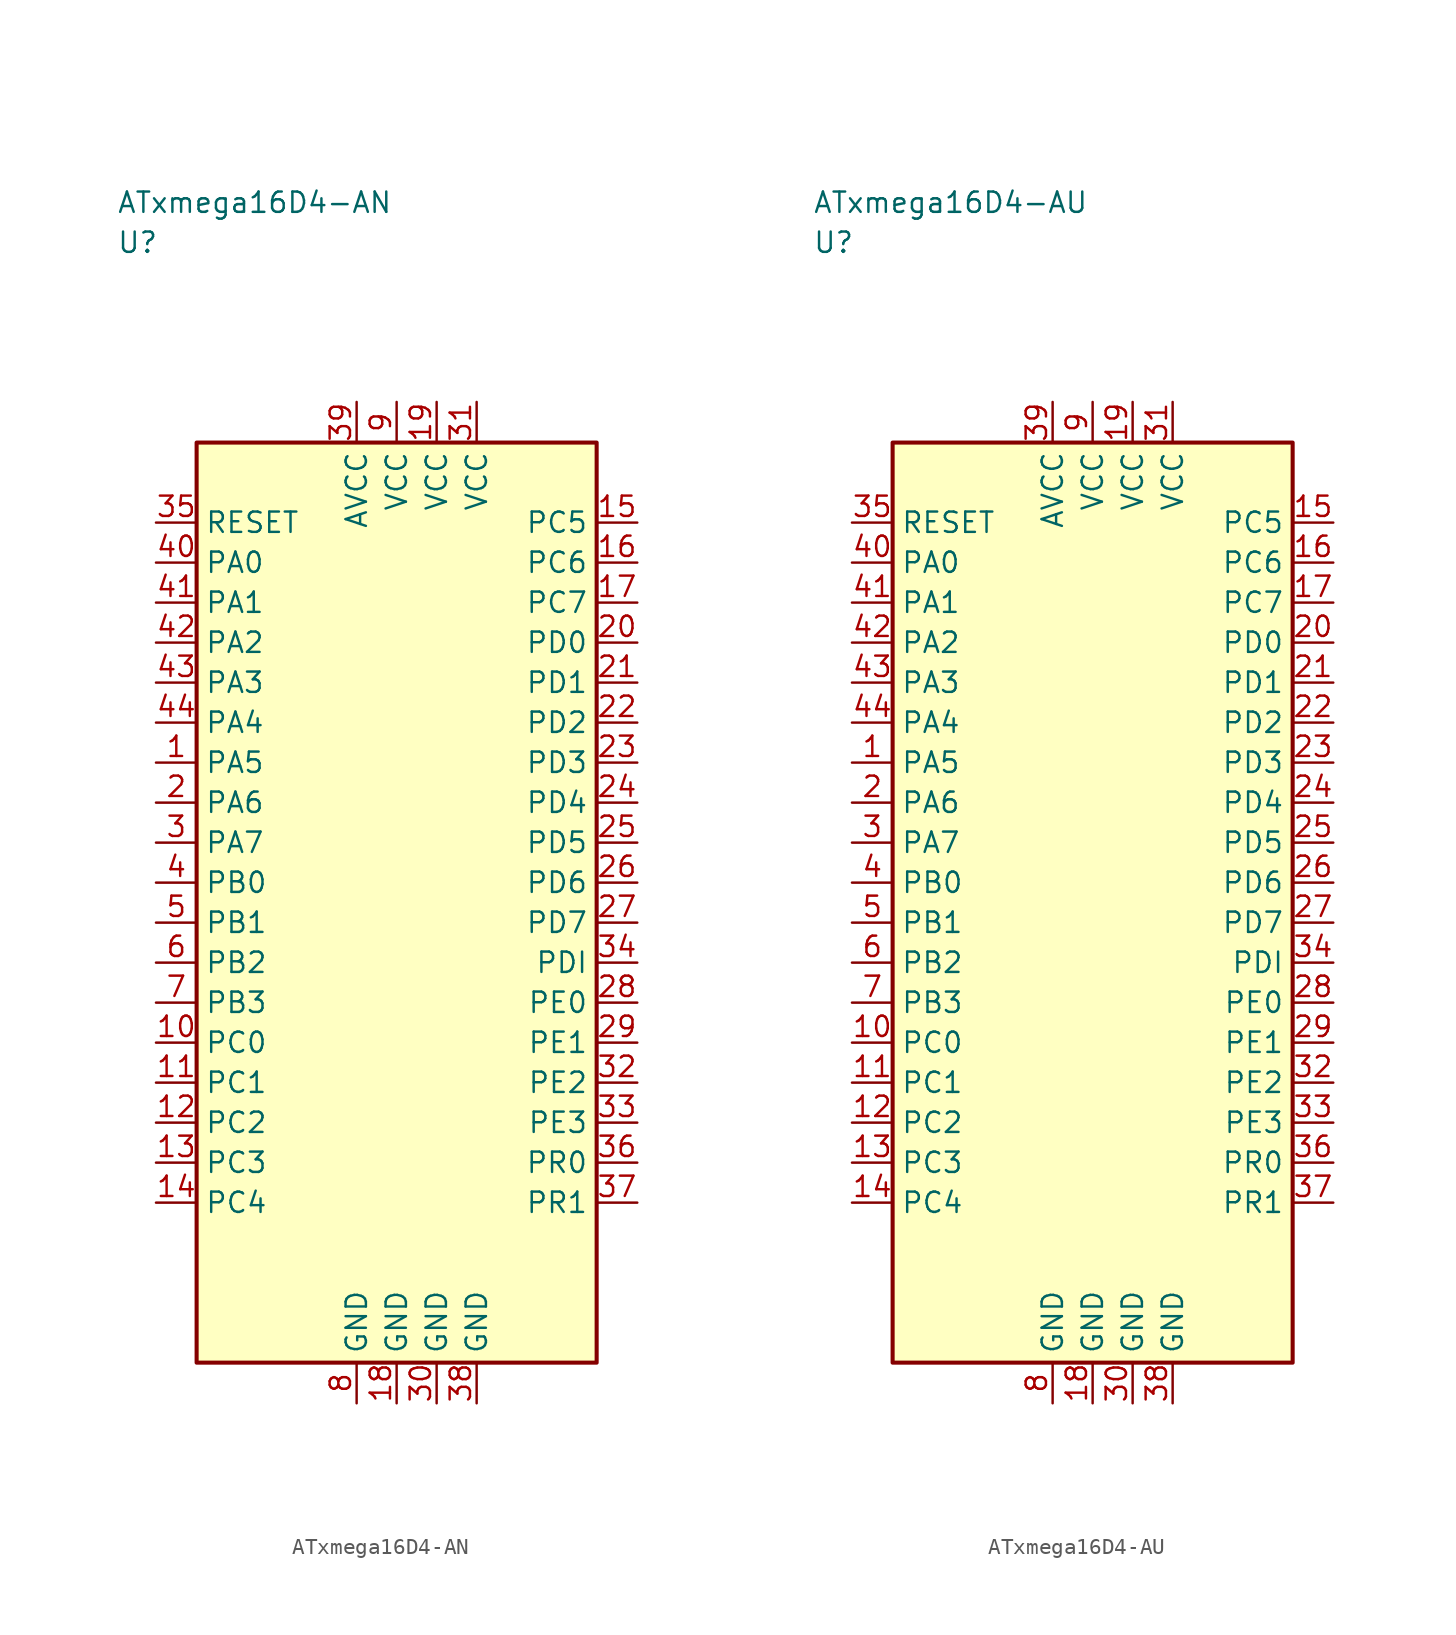
<source format=kicad_sym>
(kicad_symbol_lib
  (version 20241025)
  (generator "kicad_symbol_editor")
  (generator_version "8.0")
  (symbol "ATxmega16D4-AN"
    (property "Reference" "U"
      (at -17.5 41.25 0)
      (effects (font (size 1.27 1.27)) (justify left)))
    (property "Value" "ATxmega16D4-AN"
      (at -17.5 43.75 0)
      (effects (font (size 1.27 1.27)) (justify left)))
    (symbol "ATxmega16D4-AN_0_1"
      (rectangle (start -12.5 28.75) (end 12.5 -28.75) (stroke (width 0.254) (type default)) (fill (type background))))
    (symbol "ATxmega16D4-AN_1_1"
      (pin bidirectional line (at -15.04 8.75 0.0) (length 2.54) (name "PA5" (effects (font (size 1.27 1.27)))) (number "1" (effects (font (size 1.27 1.27)))))
      (pin bidirectional line (at -15.04 6.25 0.0) (length 2.54) (name "PA6" (effects (font (size 1.27 1.27)))) (number "2" (effects (font (size 1.27 1.27)))))
      (pin bidirectional line (at -15.04 3.75 0.0) (length 2.54) (name "PA7" (effects (font (size 1.27 1.27)))) (number "3" (effects (font (size 1.27 1.27)))))
      (pin bidirectional line (at -15.04 1.25 0.0) (length 2.54) (name "PB0" (effects (font (size 1.27 1.27)))) (number "4" (effects (font (size 1.27 1.27)))))
      (pin bidirectional line (at -15.04 -1.25 0.0) (length 2.54) (name "PB1" (effects (font (size 1.27 1.27)))) (number "5" (effects (font (size 1.27 1.27)))))
      (pin bidirectional line (at -15.04 -3.75 0.0) (length 2.54) (name "PB2" (effects (font (size 1.27 1.27)))) (number "6" (effects (font (size 1.27 1.27)))))
      (pin bidirectional line (at -15.04 -6.25 0.0) (length 2.54) (name "PB3" (effects (font (size 1.27 1.27)))) (number "7" (effects (font (size 1.27 1.27)))))
      (pin passive line (at -2.5 -31.29 90.0) (length 2.54) (name "GND" (effects (font (size 1.27 1.27)))) (number "8" (effects (font (size 1.27 1.27)))))
      (pin power_in line (at 0.0 31.29 270.0) (length 2.54) (name "VCC" (effects (font (size 1.27 1.27)))) (number "9" (effects (font (size 1.27 1.27)))))
      (pin bidirectional line (at -15.04 -8.75 0.0) (length 2.54) (name "PC0" (effects (font (size 1.27 1.27)))) (number "10" (effects (font (size 1.27 1.27)))))
      (pin bidirectional line (at -15.04 -11.25 0.0) (length 2.54) (name "PC1" (effects (font (size 1.27 1.27)))) (number "11" (effects (font (size 1.27 1.27)))))
      (pin bidirectional line (at -15.04 -13.75 0.0) (length 2.54) (name "PC2" (effects (font (size 1.27 1.27)))) (number "12" (effects (font (size 1.27 1.27)))))
      (pin bidirectional line (at -15.04 -16.25 0.0) (length 2.54) (name "PC3" (effects (font (size 1.27 1.27)))) (number "13" (effects (font (size 1.27 1.27)))))
      (pin bidirectional line (at -15.04 -18.75 0.0) (length 2.54) (name "PC4" (effects (font (size 1.27 1.27)))) (number "14" (effects (font (size 1.27 1.27)))))
      (pin bidirectional line (at 15.04 23.75 180.0) (length 2.54) (name "PC5" (effects (font (size 1.27 1.27)))) (number "15" (effects (font (size 1.27 1.27)))))
      (pin bidirectional line (at 15.04 21.25 180.0) (length 2.54) (name "PC6" (effects (font (size 1.27 1.27)))) (number "16" (effects (font (size 1.27 1.27)))))
      (pin bidirectional line (at 15.04 18.75 180.0) (length 2.54) (name "PC7" (effects (font (size 1.27 1.27)))) (number "17" (effects (font (size 1.27 1.27)))))
      (pin passive line (at 0.0 -31.29 90.0) (length 2.54) (name "GND" (effects (font (size 1.27 1.27)))) (number "18" (effects (font (size 1.27 1.27)))))
      (pin power_in line (at 2.5 31.29 270.0) (length 2.54) (name "VCC" (effects (font (size 1.27 1.27)))) (number "19" (effects (font (size 1.27 1.27)))))
      (pin bidirectional line (at 15.04 16.25 180.0) (length 2.54) (name "PD0" (effects (font (size 1.27 1.27)))) (number "20" (effects (font (size 1.27 1.27)))))
      (pin bidirectional line (at 15.04 13.75 180.0) (length 2.54) (name "PD1" (effects (font (size 1.27 1.27)))) (number "21" (effects (font (size 1.27 1.27)))))
      (pin bidirectional line (at 15.04 11.25 180.0) (length 2.54) (name "PD2" (effects (font (size 1.27 1.27)))) (number "22" (effects (font (size 1.27 1.27)))))
      (pin bidirectional line (at 15.04 8.75 180.0) (length 2.54) (name "PD3" (effects (font (size 1.27 1.27)))) (number "23" (effects (font (size 1.27 1.27)))))
      (pin bidirectional line (at 15.04 6.25 180.0) (length 2.54) (name "PD4" (effects (font (size 1.27 1.27)))) (number "24" (effects (font (size 1.27 1.27)))))
      (pin bidirectional line (at 15.04 3.75 180.0) (length 2.54) (name "PD5" (effects (font (size 1.27 1.27)))) (number "25" (effects (font (size 1.27 1.27)))))
      (pin bidirectional line (at 15.04 1.25 180.0) (length 2.54) (name "PD6" (effects (font (size 1.27 1.27)))) (number "26" (effects (font (size 1.27 1.27)))))
      (pin bidirectional line (at 15.04 -1.25 180.0) (length 2.54) (name "PD7" (effects (font (size 1.27 1.27)))) (number "27" (effects (font (size 1.27 1.27)))))
      (pin bidirectional line (at 15.04 -6.25 180.0) (length 2.54) (name "PE0" (effects (font (size 1.27 1.27)))) (number "28" (effects (font (size 1.27 1.27)))))
      (pin bidirectional line (at 15.04 -8.75 180.0) (length 2.54) (name "PE1" (effects (font (size 1.27 1.27)))) (number "29" (effects (font (size 1.27 1.27)))))
      (pin passive line (at 2.5 -31.29 90.0) (length 2.54) (name "GND" (effects (font (size 1.27 1.27)))) (number "30" (effects (font (size 1.27 1.27)))))
      (pin power_in line (at 5.0 31.29 270.0) (length 2.54) (name "VCC" (effects (font (size 1.27 1.27)))) (number "31" (effects (font (size 1.27 1.27)))))
      (pin bidirectional line (at 15.04 -11.25 180.0) (length 2.54) (name "PE2" (effects (font (size 1.27 1.27)))) (number "32" (effects (font (size 1.27 1.27)))))
      (pin bidirectional line (at 15.04 -13.75 180.0) (length 2.54) (name "PE3" (effects (font (size 1.27 1.27)))) (number "33" (effects (font (size 1.27 1.27)))))
      (pin bidirectional line (at 15.04 -3.75 180.0) (length 2.54) (name "PDI" (effects (font (size 1.27 1.27)))) (number "34" (effects (font (size 1.27 1.27)))))
      (pin input line (at -15.04 23.75 0.0) (length 2.54) (name "RESET" (effects (font (size 1.27 1.27)))) (number "35" (effects (font (size 1.27 1.27)))))
      (pin bidirectional line (at 15.04 -16.25 180.0) (length 2.54) (name "PR0" (effects (font (size 1.27 1.27)))) (number "36" (effects (font (size 1.27 1.27)))))
      (pin bidirectional line (at 15.04 -18.75 180.0) (length 2.54) (name "PR1" (effects (font (size 1.27 1.27)))) (number "37" (effects (font (size 1.27 1.27)))))
      (pin passive line (at 5.0 -31.29 90.0) (length 2.54) (name "GND" (effects (font (size 1.27 1.27)))) (number "38" (effects (font (size 1.27 1.27)))))
      (pin power_in line (at -2.5 31.29 270.0) (length 2.54) (name "AVCC" (effects (font (size 1.27 1.27)))) (number "39" (effects (font (size 1.27 1.27)))))
      (pin bidirectional line (at -15.04 21.25 0.0) (length 2.54) (name "PA0" (effects (font (size 1.27 1.27)))) (number "40" (effects (font (size 1.27 1.27)))))
      (pin bidirectional line (at -15.04 18.75 0.0) (length 2.54) (name "PA1" (effects (font (size 1.27 1.27)))) (number "41" (effects (font (size 1.27 1.27)))))
      (pin bidirectional line (at -15.04 16.25 0.0) (length 2.54) (name "PA2" (effects (font (size 1.27 1.27)))) (number "42" (effects (font (size 1.27 1.27)))))
      (pin bidirectional line (at -15.04 13.75 0.0) (length 2.54) (name "PA3" (effects (font (size 1.27 1.27)))) (number "43" (effects (font (size 1.27 1.27)))))
      (pin bidirectional line (at -15.04 11.25 0.0) (length 2.54) (name "PA4" (effects (font (size 1.27 1.27)))) (number "44" (effects (font (size 1.27 1.27)))))))
  (symbol "ATxmega16D4-AU"
    (property "Reference" "U"
      (at -17.5 41.25 0)
      (effects (font (size 1.27 1.27)) (justify left)))
    (property "Value" "ATxmega16D4-AU"
      (at -17.5 43.75 0)
      (effects (font (size 1.27 1.27)) (justify left)))
    (symbol "ATxmega16D4-AU_0_1"
      (rectangle (start -12.5 28.75) (end 12.5 -28.75) (stroke (width 0.254) (type default)) (fill (type background))))
    (symbol "ATxmega16D4-AU_1_1"
      (pin bidirectional line (at -15.04 8.75 0.0) (length 2.54) (name "PA5" (effects (font (size 1.27 1.27)))) (number "1" (effects (font (size 1.27 1.27)))))
      (pin bidirectional line (at -15.04 6.25 0.0) (length 2.54) (name "PA6" (effects (font (size 1.27 1.27)))) (number "2" (effects (font (size 1.27 1.27)))))
      (pin bidirectional line (at -15.04 3.75 0.0) (length 2.54) (name "PA7" (effects (font (size 1.27 1.27)))) (number "3" (effects (font (size 1.27 1.27)))))
      (pin bidirectional line (at -15.04 1.25 0.0) (length 2.54) (name "PB0" (effects (font (size 1.27 1.27)))) (number "4" (effects (font (size 1.27 1.27)))))
      (pin bidirectional line (at -15.04 -1.25 0.0) (length 2.54) (name "PB1" (effects (font (size 1.27 1.27)))) (number "5" (effects (font (size 1.27 1.27)))))
      (pin bidirectional line (at -15.04 -3.75 0.0) (length 2.54) (name "PB2" (effects (font (size 1.27 1.27)))) (number "6" (effects (font (size 1.27 1.27)))))
      (pin bidirectional line (at -15.04 -6.25 0.0) (length 2.54) (name "PB3" (effects (font (size 1.27 1.27)))) (number "7" (effects (font (size 1.27 1.27)))))
      (pin passive line (at -2.5 -31.29 90.0) (length 2.54) (name "GND" (effects (font (size 1.27 1.27)))) (number "8" (effects (font (size 1.27 1.27)))))
      (pin power_in line (at 0.0 31.29 270.0) (length 2.54) (name "VCC" (effects (font (size 1.27 1.27)))) (number "9" (effects (font (size 1.27 1.27)))))
      (pin bidirectional line (at -15.04 -8.75 0.0) (length 2.54) (name "PC0" (effects (font (size 1.27 1.27)))) (number "10" (effects (font (size 1.27 1.27)))))
      (pin bidirectional line (at -15.04 -11.25 0.0) (length 2.54) (name "PC1" (effects (font (size 1.27 1.27)))) (number "11" (effects (font (size 1.27 1.27)))))
      (pin bidirectional line (at -15.04 -13.75 0.0) (length 2.54) (name "PC2" (effects (font (size 1.27 1.27)))) (number "12" (effects (font (size 1.27 1.27)))))
      (pin bidirectional line (at -15.04 -16.25 0.0) (length 2.54) (name "PC3" (effects (font (size 1.27 1.27)))) (number "13" (effects (font (size 1.27 1.27)))))
      (pin bidirectional line (at -15.04 -18.75 0.0) (length 2.54) (name "PC4" (effects (font (size 1.27 1.27)))) (number "14" (effects (font (size 1.27 1.27)))))
      (pin bidirectional line (at 15.04 23.75 180.0) (length 2.54) (name "PC5" (effects (font (size 1.27 1.27)))) (number "15" (effects (font (size 1.27 1.27)))))
      (pin bidirectional line (at 15.04 21.25 180.0) (length 2.54) (name "PC6" (effects (font (size 1.27 1.27)))) (number "16" (effects (font (size 1.27 1.27)))))
      (pin bidirectional line (at 15.04 18.75 180.0) (length 2.54) (name "PC7" (effects (font (size 1.27 1.27)))) (number "17" (effects (font (size 1.27 1.27)))))
      (pin passive line (at 0.0 -31.29 90.0) (length 2.54) (name "GND" (effects (font (size 1.27 1.27)))) (number "18" (effects (font (size 1.27 1.27)))))
      (pin power_in line (at 2.5 31.29 270.0) (length 2.54) (name "VCC" (effects (font (size 1.27 1.27)))) (number "19" (effects (font (size 1.27 1.27)))))
      (pin bidirectional line (at 15.04 16.25 180.0) (length 2.54) (name "PD0" (effects (font (size 1.27 1.27)))) (number "20" (effects (font (size 1.27 1.27)))))
      (pin bidirectional line (at 15.04 13.75 180.0) (length 2.54) (name "PD1" (effects (font (size 1.27 1.27)))) (number "21" (effects (font (size 1.27 1.27)))))
      (pin bidirectional line (at 15.04 11.25 180.0) (length 2.54) (name "PD2" (effects (font (size 1.27 1.27)))) (number "22" (effects (font (size 1.27 1.27)))))
      (pin bidirectional line (at 15.04 8.75 180.0) (length 2.54) (name "PD3" (effects (font (size 1.27 1.27)))) (number "23" (effects (font (size 1.27 1.27)))))
      (pin bidirectional line (at 15.04 6.25 180.0) (length 2.54) (name "PD4" (effects (font (size 1.27 1.27)))) (number "24" (effects (font (size 1.27 1.27)))))
      (pin bidirectional line (at 15.04 3.75 180.0) (length 2.54) (name "PD5" (effects (font (size 1.27 1.27)))) (number "25" (effects (font (size 1.27 1.27)))))
      (pin bidirectional line (at 15.04 1.25 180.0) (length 2.54) (name "PD6" (effects (font (size 1.27 1.27)))) (number "26" (effects (font (size 1.27 1.27)))))
      (pin bidirectional line (at 15.04 -1.25 180.0) (length 2.54) (name "PD7" (effects (font (size 1.27 1.27)))) (number "27" (effects (font (size 1.27 1.27)))))
      (pin bidirectional line (at 15.04 -6.25 180.0) (length 2.54) (name "PE0" (effects (font (size 1.27 1.27)))) (number "28" (effects (font (size 1.27 1.27)))))
      (pin bidirectional line (at 15.04 -8.75 180.0) (length 2.54) (name "PE1" (effects (font (size 1.27 1.27)))) (number "29" (effects (font (size 1.27 1.27)))))
      (pin passive line (at 2.5 -31.29 90.0) (length 2.54) (name "GND" (effects (font (size 1.27 1.27)))) (number "30" (effects (font (size 1.27 1.27)))))
      (pin power_in line (at 5.0 31.29 270.0) (length 2.54) (name "VCC" (effects (font (size 1.27 1.27)))) (number "31" (effects (font (size 1.27 1.27)))))
      (pin bidirectional line (at 15.04 -11.25 180.0) (length 2.54) (name "PE2" (effects (font (size 1.27 1.27)))) (number "32" (effects (font (size 1.27 1.27)))))
      (pin bidirectional line (at 15.04 -13.75 180.0) (length 2.54) (name "PE3" (effects (font (size 1.27 1.27)))) (number "33" (effects (font (size 1.27 1.27)))))
      (pin bidirectional line (at 15.04 -3.75 180.0) (length 2.54) (name "PDI" (effects (font (size 1.27 1.27)))) (number "34" (effects (font (size 1.27 1.27)))))
      (pin input line (at -15.04 23.75 0.0) (length 2.54) (name "RESET" (effects (font (size 1.27 1.27)))) (number "35" (effects (font (size 1.27 1.27)))))
      (pin bidirectional line (at 15.04 -16.25 180.0) (length 2.54) (name "PR0" (effects (font (size 1.27 1.27)))) (number "36" (effects (font (size 1.27 1.27)))))
      (pin bidirectional line (at 15.04 -18.75 180.0) (length 2.54) (name "PR1" (effects (font (size 1.27 1.27)))) (number "37" (effects (font (size 1.27 1.27)))))
      (pin passive line (at 5.0 -31.29 90.0) (length 2.54) (name "GND" (effects (font (size 1.27 1.27)))) (number "38" (effects (font (size 1.27 1.27)))))
      (pin power_in line (at -2.5 31.29 270.0) (length 2.54) (name "AVCC" (effects (font (size 1.27 1.27)))) (number "39" (effects (font (size 1.27 1.27)))))
      (pin bidirectional line (at -15.04 21.25 0.0) (length 2.54) (name "PA0" (effects (font (size 1.27 1.27)))) (number "40" (effects (font (size 1.27 1.27)))))
      (pin bidirectional line (at -15.04 18.75 0.0) (length 2.54) (name "PA1" (effects (font (size 1.27 1.27)))) (number "41" (effects (font (size 1.27 1.27)))))
      (pin bidirectional line (at -15.04 16.25 0.0) (length 2.54) (name "PA2" (effects (font (size 1.27 1.27)))) (number "42" (effects (font (size 1.27 1.27)))))
      (pin bidirectional line (at -15.04 13.75 0.0) (length 2.54) (name "PA3" (effects (font (size 1.27 1.27)))) (number "43" (effects (font (size 1.27 1.27)))))
      (pin bidirectional line (at -15.04 11.25 0.0) (length 2.54) (name "PA4" (effects (font (size 1.27 1.27)))) (number "44" (effects (font (size 1.27 1.27))))))))
</source>
